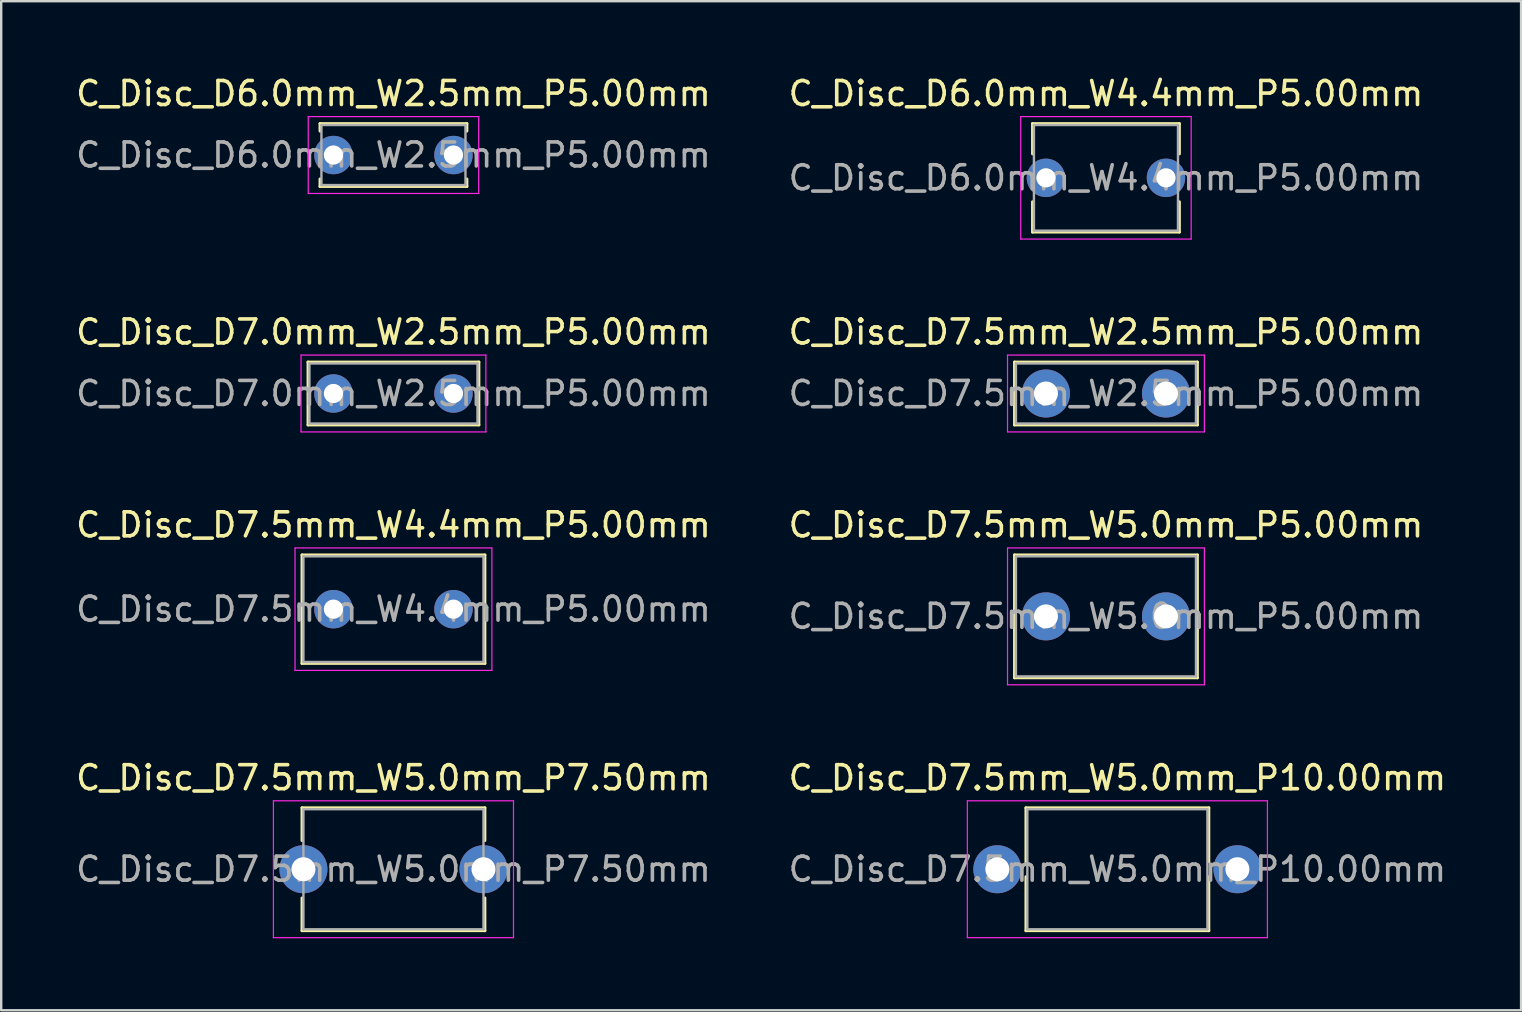
<source format=kicad_pcb>
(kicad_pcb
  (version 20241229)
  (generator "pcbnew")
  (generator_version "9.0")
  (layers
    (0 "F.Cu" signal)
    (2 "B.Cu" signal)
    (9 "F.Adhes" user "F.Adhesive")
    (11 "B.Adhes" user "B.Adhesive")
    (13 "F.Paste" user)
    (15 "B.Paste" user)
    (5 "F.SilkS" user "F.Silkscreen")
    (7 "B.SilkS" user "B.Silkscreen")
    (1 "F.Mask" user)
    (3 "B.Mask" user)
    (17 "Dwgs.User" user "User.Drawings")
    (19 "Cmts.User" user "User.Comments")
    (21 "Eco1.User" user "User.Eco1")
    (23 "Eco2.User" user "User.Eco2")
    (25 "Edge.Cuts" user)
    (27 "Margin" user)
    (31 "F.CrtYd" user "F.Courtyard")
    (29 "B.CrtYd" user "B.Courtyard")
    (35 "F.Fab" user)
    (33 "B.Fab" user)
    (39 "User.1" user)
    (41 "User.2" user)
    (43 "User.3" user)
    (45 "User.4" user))
  (footprint "C_Disc_D7.5mm_W4.4mm_P5.00mm"
    (layer "F.Cu")
    (at 10.839 22.325)
    (property "Reference" "C_Disc_D7.5mm_W4.4mm_P5.00mm" (at 2.5 -3.51 0) (layer "F.SilkS") (effects (font (size 1 1) (thickness 0.15))))
    (attr through_hole)
    (fp_line (start -1.31 -2.26) (end -1.31 2.26) (stroke (width 0.12) (type solid)) (layer "F.SilkS"))
    (fp_line (start -1.31 -2.26) (end 6.31 -2.26) (stroke (width 0.12) (type solid)) (layer "F.SilkS"))
    (fp_line (start -1.31 2.26) (end 6.31 2.26) (stroke (width 0.12) (type solid)) (layer "F.SilkS"))
    (fp_line (start 6.31 -2.26) (end 6.31 2.26) (stroke (width 0.12) (type solid)) (layer "F.SilkS"))
    (fp_line (start -1.6 -2.55) (end -1.6 2.55) (stroke (width 0.05) (type solid)) (layer "F.CrtYd"))
    (fp_line (start -1.6 2.55) (end 6.6 2.55) (stroke (width 0.05) (type solid)) (layer "F.CrtYd"))
    (fp_line (start 6.6 -2.55) (end -1.6 -2.55) (stroke (width 0.05) (type solid)) (layer "F.CrtYd"))
    (fp_line (start 6.6 2.55) (end 6.6 -2.55) (stroke (width 0.05) (type solid)) (layer "F.CrtYd"))
    (fp_line (start -1.25 -2.2) (end -1.25 2.2) (stroke (width 0.1) (type solid)) (layer "F.Fab"))
    (fp_line (start -1.25 2.2) (end 6.25 2.2) (stroke (width 0.1) (type solid)) (layer "F.Fab"))
    (fp_line (start 6.25 -2.2) (end -1.25 -2.2) (stroke (width 0.1) (type solid)) (layer "F.Fab"))
    (fp_line (start 6.25 2.2) (end 6.25 -2.2) (stroke (width 0.1) (type solid)) (layer "F.Fab"))
    (fp_text user "${REFERENCE}" (at 2.5 0 0) (layer "F.Fab") (effects (font (size 1 1) (thickness 0.15))))
    (pad "1" thru_hole circle (at 0 0) (size 1.6 1.6) (drill 0.8) (layers "*.Cu" "*.Mask"))
    (pad "2" thru_hole circle (at 5 0) (size 1.6 1.6) (drill 0.8) (layers "*.Cu" "*.Mask")))
  (footprint "C_Disc_D6.0mm_W2.5mm_P5.00mm"
    (layer "F.Cu")
    (at 10.839 3.408)
    (property "Reference" "C_Disc_D6.0mm_W2.5mm_P5.00mm" (at 2.5 -2.56 0) (layer "F.SilkS") (effects (font (size 1 1) (thickness 0.15))))
    (attr through_hole)
    (fp_line (start -0.56 -1.31) (end -0.56 -0.996) (stroke (width 0.12) (type solid)) (layer "F.SilkS"))
    (fp_line (start -0.56 -1.31) (end 5.56 -1.31) (stroke (width 0.12) (type solid)) (layer "F.SilkS"))
    (fp_line (start -0.56 0.996) (end -0.56 1.31) (stroke (width 0.12) (type solid)) (layer "F.SilkS"))
    (fp_line (start -0.56 1.31) (end 5.56 1.31) (stroke (width 0.12) (type solid)) (layer "F.SilkS"))
    (fp_line (start 5.56 -1.31) (end 5.56 -0.996) (stroke (width 0.12) (type solid)) (layer "F.SilkS"))
    (fp_line (start 5.56 0.996) (end 5.56 1.31) (stroke (width 0.12) (type solid)) (layer "F.SilkS"))
    (fp_line (start -1.05 -1.6) (end -1.05 1.6) (stroke (width 0.05) (type solid)) (layer "F.CrtYd"))
    (fp_line (start -1.05 1.6) (end 6.05 1.6) (stroke (width 0.05) (type solid)) (layer "F.CrtYd"))
    (fp_line (start 6.05 -1.6) (end -1.05 -1.6) (stroke (width 0.05) (type solid)) (layer "F.CrtYd"))
    (fp_line (start 6.05 1.6) (end 6.05 -1.6) (stroke (width 0.05) (type solid)) (layer "F.CrtYd"))
    (fp_line (start -0.5 -1.25) (end -0.5 1.25) (stroke (width 0.1) (type solid)) (layer "F.Fab"))
    (fp_line (start -0.5 1.25) (end 5.5 1.25) (stroke (width 0.1) (type solid)) (layer "F.Fab"))
    (fp_line (start 5.5 -1.25) (end -0.5 -1.25) (stroke (width 0.1) (type solid)) (layer "F.Fab"))
    (fp_line (start 5.5 1.25) (end 5.5 -1.25) (stroke (width 0.1) (type solid)) (layer "F.Fab"))
    (fp_text user "${REFERENCE}" (at 2.5 0 0) (layer "F.Fab") (effects (font (size 1 1) (thickness 0.15))))
    (pad "1" thru_hole circle (at 0 0) (size 1.6 1.6) (drill 0.8) (layers "*.Cu" "*.Mask"))
    (pad "2" thru_hole circle (at 5 0) (size 1.6 1.6) (drill 0.8) (layers "*.Cu" "*.Mask")))
  (footprint "C_Disc_D7.5mm_W2.5mm_P5.00mm"
    (layer "F.Cu")
    (at 40.518 13.341)
    (property "Reference" "C_Disc_D7.5mm_W2.5mm_P5.00mm" (at 2.5 -2.56 0) (layer "F.SilkS") (effects (font (size 1 1) (thickness 0.15))))
    (attr through_hole)
    (fp_line (start -1.31 -1.31) (end -1.31 1.31) (stroke (width 0.12) (type solid)) (layer "F.SilkS"))
    (fp_line (start -1.31 -1.31) (end 6.31 -1.31) (stroke (width 0.12) (type solid)) (layer "F.SilkS"))
    (fp_line (start -1.31 1.31) (end 6.31 1.31) (stroke (width 0.12) (type solid)) (layer "F.SilkS"))
    (fp_line (start 6.31 -1.31) (end 6.31 1.31) (stroke (width 0.12) (type solid)) (layer "F.SilkS"))
    (fp_line (start -1.6 -1.6) (end -1.6 1.6) (stroke (width 0.05) (type solid)) (layer "F.CrtYd"))
    (fp_line (start -1.6 1.6) (end 6.6 1.6) (stroke (width 0.05) (type solid)) (layer "F.CrtYd"))
    (fp_line (start 6.6 -1.6) (end -1.6 -1.6) (stroke (width 0.05) (type solid)) (layer "F.CrtYd"))
    (fp_line (start 6.6 1.6) (end 6.6 -1.6) (stroke (width 0.05) (type solid)) (layer "F.CrtYd"))
    (fp_line (start -1.25 -1.25) (end -1.25 1.25) (stroke (width 0.1) (type solid)) (layer "F.Fab"))
    (fp_line (start -1.25 1.25) (end 6.25 1.25) (stroke (width 0.1) (type solid)) (layer "F.Fab"))
    (fp_line (start 6.25 -1.25) (end -1.25 -1.25) (stroke (width 0.1) (type solid)) (layer "F.Fab"))
    (fp_line (start 6.25 1.25) (end 6.25 -1.25) (stroke (width 0.1) (type solid)) (layer "F.Fab"))
    (fp_text user "${REFERENCE}" (at 2.5 0 0) (layer "F.Fab") (effects (font (size 1 1) (thickness 0.15))))
    (pad "1" thru_hole circle (at 0 0) (size 2 2) (drill 1) (layers "*.Cu" "*.Mask"))
    (pad "2" thru_hole circle (at 5 0) (size 2 2) (drill 1) (layers "*.Cu" "*.Mask")))
  (footprint "C_Disc_D6.0mm_W4.4mm_P5.00mm"
    (layer "F.Cu")
    (at 40.518 4.358)
    (property "Reference" "C_Disc_D6.0mm_W4.4mm_P5.00mm" (at 2.5 -3.51 0) (layer "F.SilkS") (effects (font (size 1 1) (thickness 0.15))))
    (attr through_hole)
    (fp_line (start -0.56 -2.26) (end -0.56 -0.996) (stroke (width 0.12) (type solid)) (layer "F.SilkS"))
    (fp_line (start -0.56 -2.26) (end 5.56 -2.26) (stroke (width 0.12) (type solid)) (layer "F.SilkS"))
    (fp_line (start -0.56 0.996) (end -0.56 2.26) (stroke (width 0.12) (type solid)) (layer "F.SilkS"))
    (fp_line (start -0.56 2.26) (end 5.56 2.26) (stroke (width 0.12) (type solid)) (layer "F.SilkS"))
    (fp_line (start 5.56 -2.26) (end 5.56 -0.996) (stroke (width 0.12) (type solid)) (layer "F.SilkS"))
    (fp_line (start 5.56 0.996) (end 5.56 2.26) (stroke (width 0.12) (type solid)) (layer "F.SilkS"))
    (fp_line (start -1.05 -2.55) (end -1.05 2.55) (stroke (width 0.05) (type solid)) (layer "F.CrtYd"))
    (fp_line (start -1.05 2.55) (end 6.05 2.55) (stroke (width 0.05) (type solid)) (layer "F.CrtYd"))
    (fp_line (start 6.05 -2.55) (end -1.05 -2.55) (stroke (width 0.05) (type solid)) (layer "F.CrtYd"))
    (fp_line (start 6.05 2.55) (end 6.05 -2.55) (stroke (width 0.05) (type solid)) (layer "F.CrtYd"))
    (fp_line (start -0.5 -2.2) (end -0.5 2.2) (stroke (width 0.1) (type solid)) (layer "F.Fab"))
    (fp_line (start -0.5 2.2) (end 5.5 2.2) (stroke (width 0.1) (type solid)) (layer "F.Fab"))
    (fp_line (start 5.5 -2.2) (end -0.5 -2.2) (stroke (width 0.1) (type solid)) (layer "F.Fab"))
    (fp_line (start 5.5 2.2) (end 5.5 -2.2) (stroke (width 0.1) (type solid)) (layer "F.Fab"))
    (fp_text user "${REFERENCE}" (at 2.5 0 0) (layer "F.Fab") (effects (font (size 1 1) (thickness 0.15))))
    (pad "1" thru_hole circle (at 0 0) (size 1.6 1.6) (drill 0.8) (layers "*.Cu" "*.Mask"))
    (pad "2" thru_hole circle (at 5 0) (size 1.6 1.6) (drill 0.8) (layers "*.Cu" "*.Mask")))
  (footprint "C_Disc_D7.5mm_W5.0mm_P5.00mm"
    (layer "F.Cu")
    (at 40.518 22.625)
    (property "Reference" "C_Disc_D7.5mm_W5.0mm_P5.00mm" (at 2.5 -3.81 0) (layer "F.SilkS") (effects (font (size 1 1) (thickness 0.15))))
    (attr through_hole)
    (fp_line (start -1.31 -2.56) (end -1.31 2.56) (stroke (width 0.12) (type solid)) (layer "F.SilkS"))
    (fp_line (start -1.31 -2.56) (end 6.31 -2.56) (stroke (width 0.12) (type solid)) (layer "F.SilkS"))
    (fp_line (start -1.31 2.56) (end 6.31 2.56) (stroke (width 0.12) (type solid)) (layer "F.SilkS"))
    (fp_line (start 6.31 -2.56) (end 6.31 2.56) (stroke (width 0.12) (type solid)) (layer "F.SilkS"))
    (fp_line (start -1.6 -2.85) (end -1.6 2.85) (stroke (width 0.05) (type solid)) (layer "F.CrtYd"))
    (fp_line (start -1.6 2.85) (end 6.6 2.85) (stroke (width 0.05) (type solid)) (layer "F.CrtYd"))
    (fp_line (start 6.6 -2.85) (end -1.6 -2.85) (stroke (width 0.05) (type solid)) (layer "F.CrtYd"))
    (fp_line (start 6.6 2.85) (end 6.6 -2.85) (stroke (width 0.05) (type solid)) (layer "F.CrtYd"))
    (fp_line (start -1.25 -2.5) (end -1.25 2.5) (stroke (width 0.1) (type solid)) (layer "F.Fab"))
    (fp_line (start -1.25 2.5) (end 6.25 2.5) (stroke (width 0.1) (type solid)) (layer "F.Fab"))
    (fp_line (start 6.25 -2.5) (end -1.25 -2.5) (stroke (width 0.1) (type solid)) (layer "F.Fab"))
    (fp_line (start 6.25 2.5) (end 6.25 -2.5) (stroke (width 0.1) (type solid)) (layer "F.Fab"))
    (fp_text user "${REFERENCE}" (at 2.5 0 0) (layer "F.Fab") (effects (font (size 1 1) (thickness 0.15))))
    (pad "1" thru_hole circle (at 0 0) (size 2 2) (drill 1) (layers "*.Cu" "*.Mask"))
    (pad "2" thru_hole circle (at 5 0) (size 2 2) (drill 1) (layers "*.Cu" "*.Mask")))
  (footprint "C_Disc_D7.5mm_W5.0mm_P7.50mm"
    (layer "F.Cu")
    (at 9.589 33.158)
    (property "Reference" "C_Disc_D7.5mm_W5.0mm_P7.50mm" (at 3.75 -3.81 0) (layer "F.SilkS") (effects (font (size 1 1) (thickness 0.15))))
    (attr through_hole)
    (fp_line (start -0.06 -2.56) (end -0.06 -1.195) (stroke (width 0.12) (type solid)) (layer "F.SilkS"))
    (fp_line (start -0.06 -2.56) (end 7.56 -2.56) (stroke (width 0.12) (type solid)) (layer "F.SilkS"))
    (fp_line (start -0.06 1.195) (end -0.06 2.56) (stroke (width 0.12) (type solid)) (layer "F.SilkS"))
    (fp_line (start -0.06 2.56) (end 7.56 2.56) (stroke (width 0.12) (type solid)) (layer "F.SilkS"))
    (fp_line (start 7.56 -2.56) (end 7.56 -1.195) (stroke (width 0.12) (type solid)) (layer "F.SilkS"))
    (fp_line (start 7.56 1.195) (end 7.56 2.56) (stroke (width 0.12) (type solid)) (layer "F.SilkS"))
    (fp_line (start -1.25 -2.85) (end -1.25 2.85) (stroke (width 0.05) (type solid)) (layer "F.CrtYd"))
    (fp_line (start -1.25 2.85) (end 8.75 2.85) (stroke (width 0.05) (type solid)) (layer "F.CrtYd"))
    (fp_line (start 8.75 -2.85) (end -1.25 -2.85) (stroke (width 0.05) (type solid)) (layer "F.CrtYd"))
    (fp_line (start 8.75 2.85) (end 8.75 -2.85) (stroke (width 0.05) (type solid)) (layer "F.CrtYd"))
    (fp_line (start 0 -2.5) (end 0 2.5) (stroke (width 0.1) (type solid)) (layer "F.Fab"))
    (fp_line (start 0 2.5) (end 7.5 2.5) (stroke (width 0.1) (type solid)) (layer "F.Fab"))
    (fp_line (start 7.5 -2.5) (end 0 -2.5) (stroke (width 0.1) (type solid)) (layer "F.Fab"))
    (fp_line (start 7.5 2.5) (end 7.5 -2.5) (stroke (width 0.1) (type solid)) (layer "F.Fab"))
    (fp_text user "${REFERENCE}" (at 3.75 0 0) (layer "F.Fab") (effects (font (size 1 1) (thickness 0.15))))
    (pad "1" thru_hole circle (at 0 0) (size 2 2) (drill 1) (layers "*.Cu" "*.Mask"))
    (pad "2" thru_hole circle (at 7.5 0) (size 2 2) (drill 1) (layers "*.Cu" "*.Mask")))
  (footprint "C_Disc_D7.0mm_W2.5mm_P5.00mm"
    (layer "F.Cu")
    (at 10.839 13.341)
    (property "Reference" "C_Disc_D7.0mm_W2.5mm_P5.00mm" (at 2.5 -2.56 0) (layer "F.SilkS") (effects (font (size 1 1) (thickness 0.15))))
    (attr through_hole)
    (fp_line (start -1.06 -1.31) (end -1.06 1.31) (stroke (width 0.12) (type solid)) (layer "F.SilkS"))
    (fp_line (start -1.06 -1.31) (end 6.06 -1.31) (stroke (width 0.12) (type solid)) (layer "F.SilkS"))
    (fp_line (start -1.06 1.31) (end 6.06 1.31) (stroke (width 0.12) (type solid)) (layer "F.SilkS"))
    (fp_line (start 6.06 -1.31) (end 6.06 1.31) (stroke (width 0.12) (type solid)) (layer "F.SilkS"))
    (fp_line (start -1.35 -1.6) (end -1.35 1.6) (stroke (width 0.05) (type solid)) (layer "F.CrtYd"))
    (fp_line (start -1.35 1.6) (end 6.35 1.6) (stroke (width 0.05) (type solid)) (layer "F.CrtYd"))
    (fp_line (start 6.35 -1.6) (end -1.35 -1.6) (stroke (width 0.05) (type solid)) (layer "F.CrtYd"))
    (fp_line (start 6.35 1.6) (end 6.35 -1.6) (stroke (width 0.05) (type solid)) (layer "F.CrtYd"))
    (fp_line (start -1 -1.25) (end -1 1.25) (stroke (width 0.1) (type solid)) (layer "F.Fab"))
    (fp_line (start -1 1.25) (end 6 1.25) (stroke (width 0.1) (type solid)) (layer "F.Fab"))
    (fp_line (start 6 -1.25) (end -1 -1.25) (stroke (width 0.1) (type solid)) (layer "F.Fab"))
    (fp_line (start 6 1.25) (end 6 -1.25) (stroke (width 0.1) (type solid)) (layer "F.Fab"))
    (fp_text user "${REFERENCE}" (at 2.5 0 0) (layer "F.Fab") (effects (font (size 1 1) (thickness 0.15))))
    (pad "1" thru_hole circle (at 0 0) (size 1.6 1.6) (drill 0.8) (layers "*.Cu" "*.Mask"))
    (pad "2" thru_hole circle (at 5 0) (size 1.6 1.6) (drill 0.8) (layers "*.Cu" "*.Mask")))
  (footprint "C_Disc_D7.5mm_W5.0mm_P10.00mm"
    (layer "F.Cu")
    (at 38.494 33.158)
    (property "Reference" "C_Disc_D7.5mm_W5.0mm_P10.00mm" (at 5 -3.81 0) (layer "F.SilkS") (effects (font (size 1 1) (thickness 0.15))))
    (attr through_hole)
    (fp_line (start 1.19 -2.56) (end 1.19 -0.311) (stroke (width 0.12) (type solid)) (layer "F.SilkS"))
    (fp_line (start 1.19 -2.56) (end 8.81 -2.56) (stroke (width 0.12) (type solid)) (layer "F.SilkS"))
    (fp_line (start 1.19 0.311) (end 1.19 2.56) (stroke (width 0.12) (type solid)) (layer "F.SilkS"))
    (fp_line (start 1.19 2.56) (end 8.81 2.56) (stroke (width 0.12) (type solid)) (layer "F.SilkS"))
    (fp_line (start 8.81 -2.56) (end 8.81 -0.311) (stroke (width 0.12) (type solid)) (layer "F.SilkS"))
    (fp_line (start 8.81 0.311) (end 8.81 2.56) (stroke (width 0.12) (type solid)) (layer "F.SilkS"))
    (fp_line (start -1.25 -2.85) (end -1.25 2.85) (stroke (width 0.05) (type solid)) (layer "F.CrtYd"))
    (fp_line (start -1.25 2.85) (end 11.25 2.85) (stroke (width 0.05) (type solid)) (layer "F.CrtYd"))
    (fp_line (start 11.25 -2.85) (end -1.25 -2.85) (stroke (width 0.05) (type solid)) (layer "F.CrtYd"))
    (fp_line (start 11.25 2.85) (end 11.25 -2.85) (stroke (width 0.05) (type solid)) (layer "F.CrtYd"))
    (fp_line (start 1.25 -2.5) (end 1.25 2.5) (stroke (width 0.1) (type solid)) (layer "F.Fab"))
    (fp_line (start 1.25 2.5) (end 8.75 2.5) (stroke (width 0.1) (type solid)) (layer "F.Fab"))
    (fp_line (start 8.75 -2.5) (end 1.25 -2.5) (stroke (width 0.1) (type solid)) (layer "F.Fab"))
    (fp_line (start 8.75 2.5) (end 8.75 -2.5) (stroke (width 0.1) (type solid)) (layer "F.Fab"))
    (fp_text user "${REFERENCE}" (at 5 0 0) (layer "F.Fab") (effects (font (size 1 1) (thickness 0.15))))
    (pad "1" thru_hole circle (at 0 0) (size 2 2) (drill 1) (layers "*.Cu" "*.Mask"))
    (pad "2" thru_hole circle (at 10 0) (size 2 2) (drill 1) (layers "*.Cu" "*.Mask")))
  (gr_rect
    (start -3 -3)
    (end 60.31 39.033)
    (stroke (width 0.1) (type default))
    (fill no)
    (layer "Edge.Cuts")))
</source>
